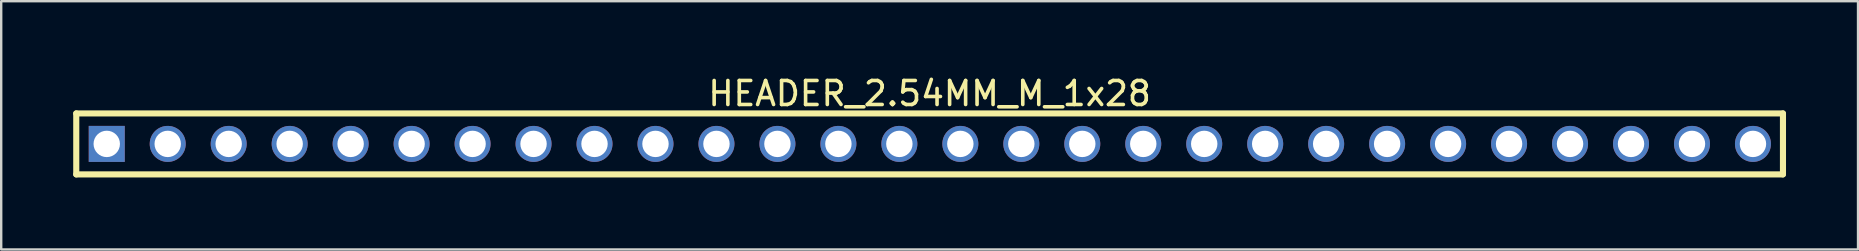
<source format=kicad_pcb>
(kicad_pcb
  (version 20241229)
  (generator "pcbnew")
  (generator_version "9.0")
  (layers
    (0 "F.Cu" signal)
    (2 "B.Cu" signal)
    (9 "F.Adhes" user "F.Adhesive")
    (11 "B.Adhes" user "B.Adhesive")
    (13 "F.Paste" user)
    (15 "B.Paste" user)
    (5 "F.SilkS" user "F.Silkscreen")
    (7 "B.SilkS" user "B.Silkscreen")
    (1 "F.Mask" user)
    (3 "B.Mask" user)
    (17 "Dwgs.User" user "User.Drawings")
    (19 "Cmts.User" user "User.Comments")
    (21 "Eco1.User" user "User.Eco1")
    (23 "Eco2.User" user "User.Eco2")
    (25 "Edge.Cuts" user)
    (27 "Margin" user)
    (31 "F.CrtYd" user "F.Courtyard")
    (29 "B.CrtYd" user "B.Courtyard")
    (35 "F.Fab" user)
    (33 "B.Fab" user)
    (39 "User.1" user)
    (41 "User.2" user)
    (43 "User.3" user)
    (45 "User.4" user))
  (footprint "HEADER_2.54MM_M_1x28"
    (layer "F.Cu")
    (at 7.747 2.945)
    (property "Reference" "HEADER_2.54MM_M_1x28" (at 27.93 -2.097 0) (layer "F.SilkS") (effects (font (size 1 1) (thickness 0.15))))
    (fp_line (start -7.62 -1.27) (end 63.475 -1.27) (stroke (width 0.254) (type solid)) (layer "F.SilkS"))
    (fp_line (start -7.62 1.27) (end -7.62 -1.27) (stroke (width 0.254) (type solid)) (layer "F.SilkS"))
    (fp_line (start -7.62 1.27) (end 63.475 1.27) (stroke (width 0.254) (type solid)) (layer "F.SilkS"))
    (fp_line (start 63.48 1.27) (end 63.48 -1.27) (stroke (width 0.254) (type solid)) (layer "F.SilkS"))
    (pad "1" thru_hole rect (at -6.35 0 270) (size 1.5 1.5) (drill 1.1) (layers "*.Cu" "*.Mask"))
    (pad "2" thru_hole circle (at -3.81 0 270) (size 1.5 1.5) (drill 1.1) (layers "*.Cu" "*.Mask"))
    (pad "3" thru_hole circle (at -1.27 0 270) (size 1.5 1.5) (drill 1.1) (layers "*.Cu" "*.Mask"))
    (pad "4" thru_hole circle (at 1.27 0 270) (size 1.5 1.5) (drill 1.1) (layers "*.Cu" "*.Mask"))
    (pad "5" thru_hole circle (at 3.81 0 270) (size 1.5 1.5) (drill 1.1) (layers "*.Cu" "*.Mask"))
    (pad "6" thru_hole circle (at 6.35 0 270) (size 1.5 1.5) (drill 1.1) (layers "*.Cu" "*.Mask"))
    (pad "7" thru_hole circle (at 8.89 0 270) (size 1.5 1.5) (drill 1.1) (layers "*.Cu" "*.Mask"))
    (pad "8" thru_hole circle (at 11.43 0 270) (size 1.5 1.5) (drill 1.1) (layers "*.Cu" "*.Mask"))
    (pad "9" thru_hole circle (at 13.97 0 270) (size 1.5 1.5) (drill 1.1) (layers "*.Cu" "*.Mask"))
    (pad "10" thru_hole circle (at 16.51 0 270) (size 1.5 1.5) (drill 1.1) (layers "*.Cu" "*.Mask"))
    (pad "11" thru_hole circle (at 19.05 0 270) (size 1.5 1.5) (drill 1.1) (layers "*.Cu" "*.Mask"))
    (pad "12" thru_hole circle (at 21.59 0 270) (size 1.5 1.5) (drill 1.1) (layers "*.Cu" "*.Mask"))
    (pad "13" thru_hole circle (at 24.13 0 270) (size 1.5 1.5) (drill 1.1) (layers "*.Cu" "*.Mask"))
    (pad "14" thru_hole circle (at 26.67 0 270) (size 1.5 1.5) (drill 1.1) (layers "*.Cu" "*.Mask"))
    (pad "15" thru_hole circle (at 29.21 0 270) (size 1.5 1.5) (drill 1.1) (layers "*.Cu" "*.Mask"))
    (pad "16" thru_hole circle (at 31.75 0 270) (size 1.5 1.5) (drill 1.1) (layers "*.Cu" "*.Mask"))
    (pad "17" thru_hole circle (at 34.29 0 270) (size 1.5 1.5) (drill 1.1) (layers "*.Cu" "*.Mask"))
    (pad "18" thru_hole circle (at 36.83 0 270) (size 1.5 1.5) (drill 1.1) (layers "*.Cu" "*.Mask"))
    (pad "19" thru_hole circle (at 39.37 0 270) (size 1.5 1.5) (drill 1.1) (layers "*.Cu" "*.Mask"))
    (pad "20" thru_hole circle (at 41.91 0 270) (size 1.5 1.5) (drill 1.1) (layers "*.Cu" "*.Mask"))
    (pad "21" thru_hole circle (at 44.45 0 270) (size 1.5 1.5) (drill 1.1) (layers "*.Cu" "*.Mask"))
    (pad "22" thru_hole circle (at 46.99 0 270) (size 1.5 1.5) (drill 1.1) (layers "*.Cu" "*.Mask"))
    (pad "23" thru_hole circle (at 49.53 0 270) (size 1.5 1.5) (drill 1.1) (layers "*.Cu" "*.Mask"))
    (pad "24" thru_hole circle (at 52.07 0 270) (size 1.5 1.5) (drill 1.1) (layers "*.Cu" "*.Mask"))
    (pad "25" thru_hole circle (at 54.61 0 270) (size 1.5 1.5) (drill 1.1) (layers "*.Cu" "*.Mask"))
    (pad "26" thru_hole circle (at 57.15 0 270) (size 1.5 1.5) (drill 1.1) (layers "*.Cu" "*.Mask"))
    (pad "27" thru_hole circle (at 59.69 0 270) (size 1.5 1.5) (drill 1.1) (layers "*.Cu" "*.Mask"))
    (pad "28" thru_hole circle (at 62.23 0 270) (size 1.5 1.5) (drill 1.1) (layers "*.Cu" "*.Mask")))
  (gr_rect
    (start -3 -3)
    (end 74.354 7.342)
    (stroke (width 0.1) (type default))
    (fill no)
    (layer "Edge.Cuts")))
</source>
